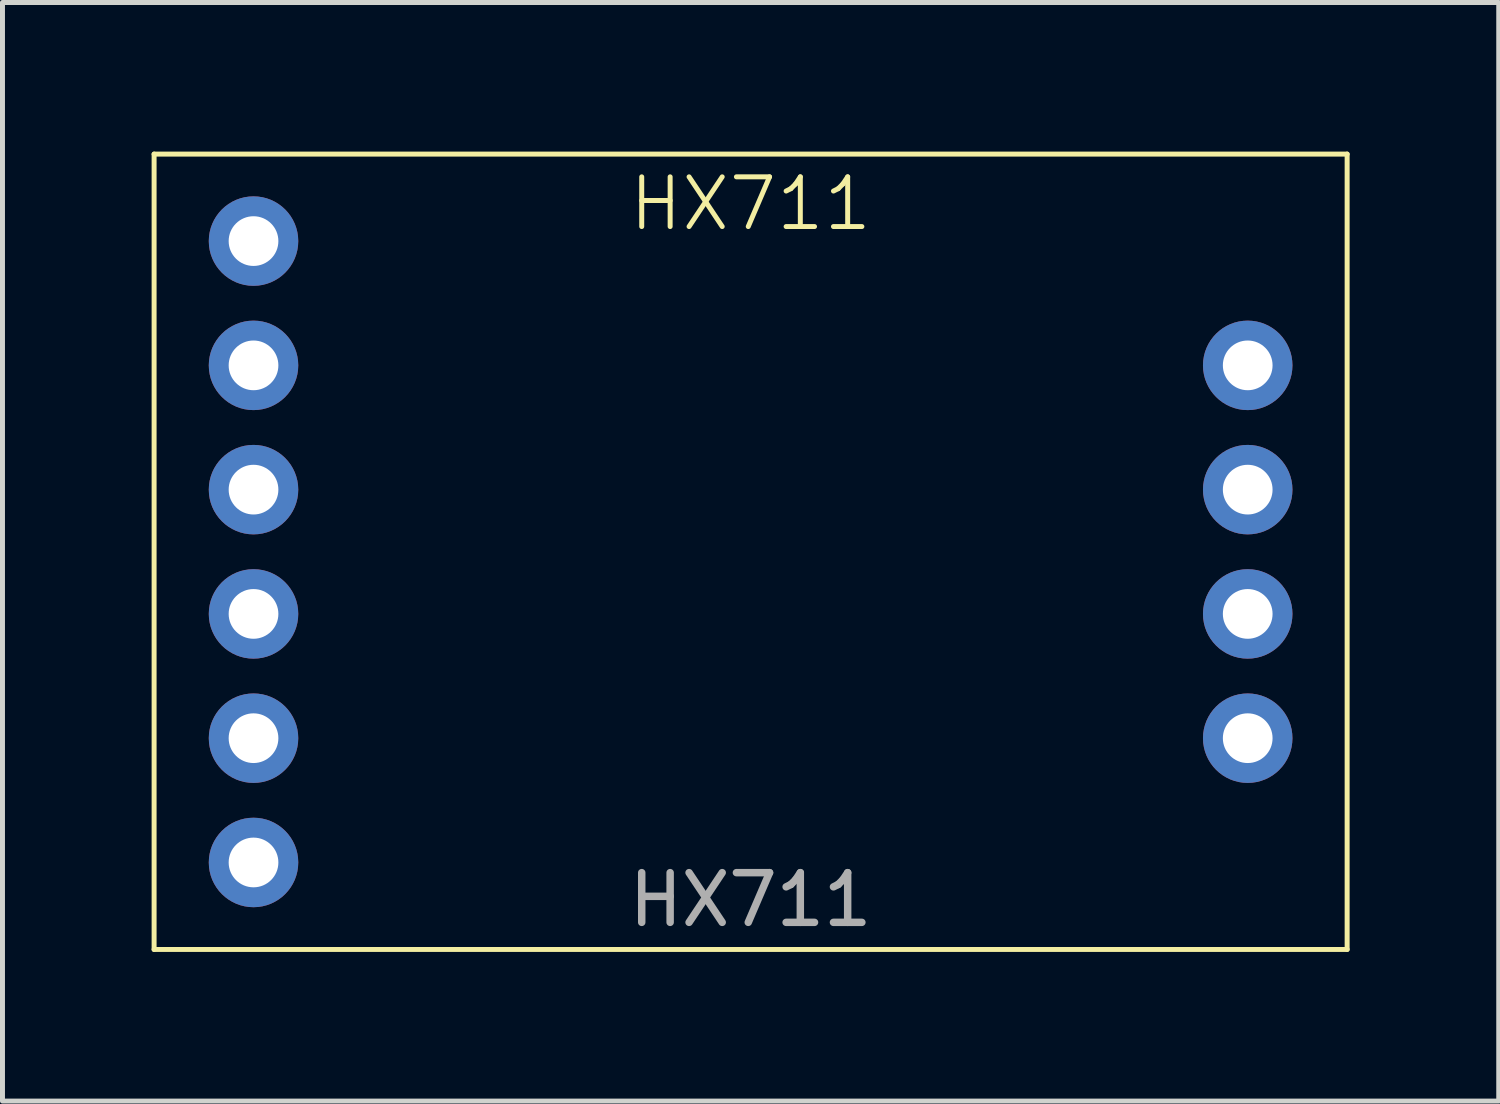
<source format=kicad_pcb>
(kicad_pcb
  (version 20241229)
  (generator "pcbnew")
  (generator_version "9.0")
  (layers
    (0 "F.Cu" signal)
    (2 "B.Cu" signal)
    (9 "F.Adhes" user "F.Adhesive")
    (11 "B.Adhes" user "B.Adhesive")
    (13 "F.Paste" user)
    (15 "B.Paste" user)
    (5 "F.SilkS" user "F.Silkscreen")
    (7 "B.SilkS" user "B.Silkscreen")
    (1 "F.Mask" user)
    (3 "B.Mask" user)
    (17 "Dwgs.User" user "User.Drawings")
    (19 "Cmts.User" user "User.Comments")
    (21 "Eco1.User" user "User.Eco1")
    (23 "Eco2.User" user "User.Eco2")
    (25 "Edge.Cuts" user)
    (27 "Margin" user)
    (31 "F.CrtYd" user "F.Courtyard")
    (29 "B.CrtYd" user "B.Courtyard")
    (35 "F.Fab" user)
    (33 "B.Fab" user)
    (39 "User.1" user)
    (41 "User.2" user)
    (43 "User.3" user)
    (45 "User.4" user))
  (footprint "HX711"
    (layer "F.Cu")
    (at 12.05 8.05)
    (property "Reference" "HX711" (at 0 -7 0) (unlocked yes) (layer "F.SilkS") (effects (font (size 1 1) (thickness 0.1))))
    (attr through_hole)
    (fp_line (start -12 -8) (end -12 8) (stroke (width 0.1) (type default)) (layer "F.SilkS"))
    (fp_line (start -12 -8) (end 12 -8) (stroke (width 0.1) (type default)) (layer "F.SilkS"))
    (fp_line (start -12 8) (end 12 8) (stroke (width 0.1) (type default)) (layer "F.SilkS"))
    (fp_line (start 12 8) (end 12 -8) (stroke (width 0.1) (type default)) (layer "F.SilkS"))
    (fp_text user "${REFERENCE}" (at 0 7 0) (unlocked yes) (layer "F.Fab") (effects (font (size 1 1) (thickness 0.15))))
    (pad "1" thru_hole circle (at -10 -6.25) (size 1.8 1.8) (drill 1) (layers "*.Cu" "*.Mask"))
    (pad "2" thru_hole circle (at -10 -3.75) (size 1.8 1.8) (drill 1) (layers "*.Cu" "*.Mask"))
    (pad "3" thru_hole circle (at -10 -1.25) (size 1.8 1.8) (drill 1) (layers "*.Cu" "*.Mask"))
    (pad "4" thru_hole circle (at -10 1.25) (size 1.8 1.8) (drill 1) (layers "*.Cu" "*.Mask"))
    (pad "5" thru_hole circle (at -10 3.75) (size 1.8 1.8) (drill 1) (layers "*.Cu" "*.Mask"))
    (pad "6" thru_hole circle (at -10 6.25) (size 1.8 1.8) (drill 1) (layers "*.Cu" "*.Mask"))
    (pad "7" thru_hole circle (at 10 -3.75) (size 1.8 1.8) (drill 1) (layers "*.Cu" "*.Mask"))
    (pad "8" thru_hole circle (at 10 -1.25) (size 1.8 1.8) (drill 1) (layers "*.Cu" "*.Mask"))
    (pad "9" thru_hole circle (at 10 1.25) (size 1.8 1.8) (drill 1) (layers "*.Cu" "*.Mask"))
    (pad "10" thru_hole circle (at 10 3.75) (size 1.8 1.8) (drill 1) (layers "*.Cu" "*.Mask")))
  (gr_rect
    (start -3 -3)
    (end 27.1 19.1)
    (stroke (width 0.1) (type default))
    (fill no)
    (layer "Edge.Cuts")))
</source>
